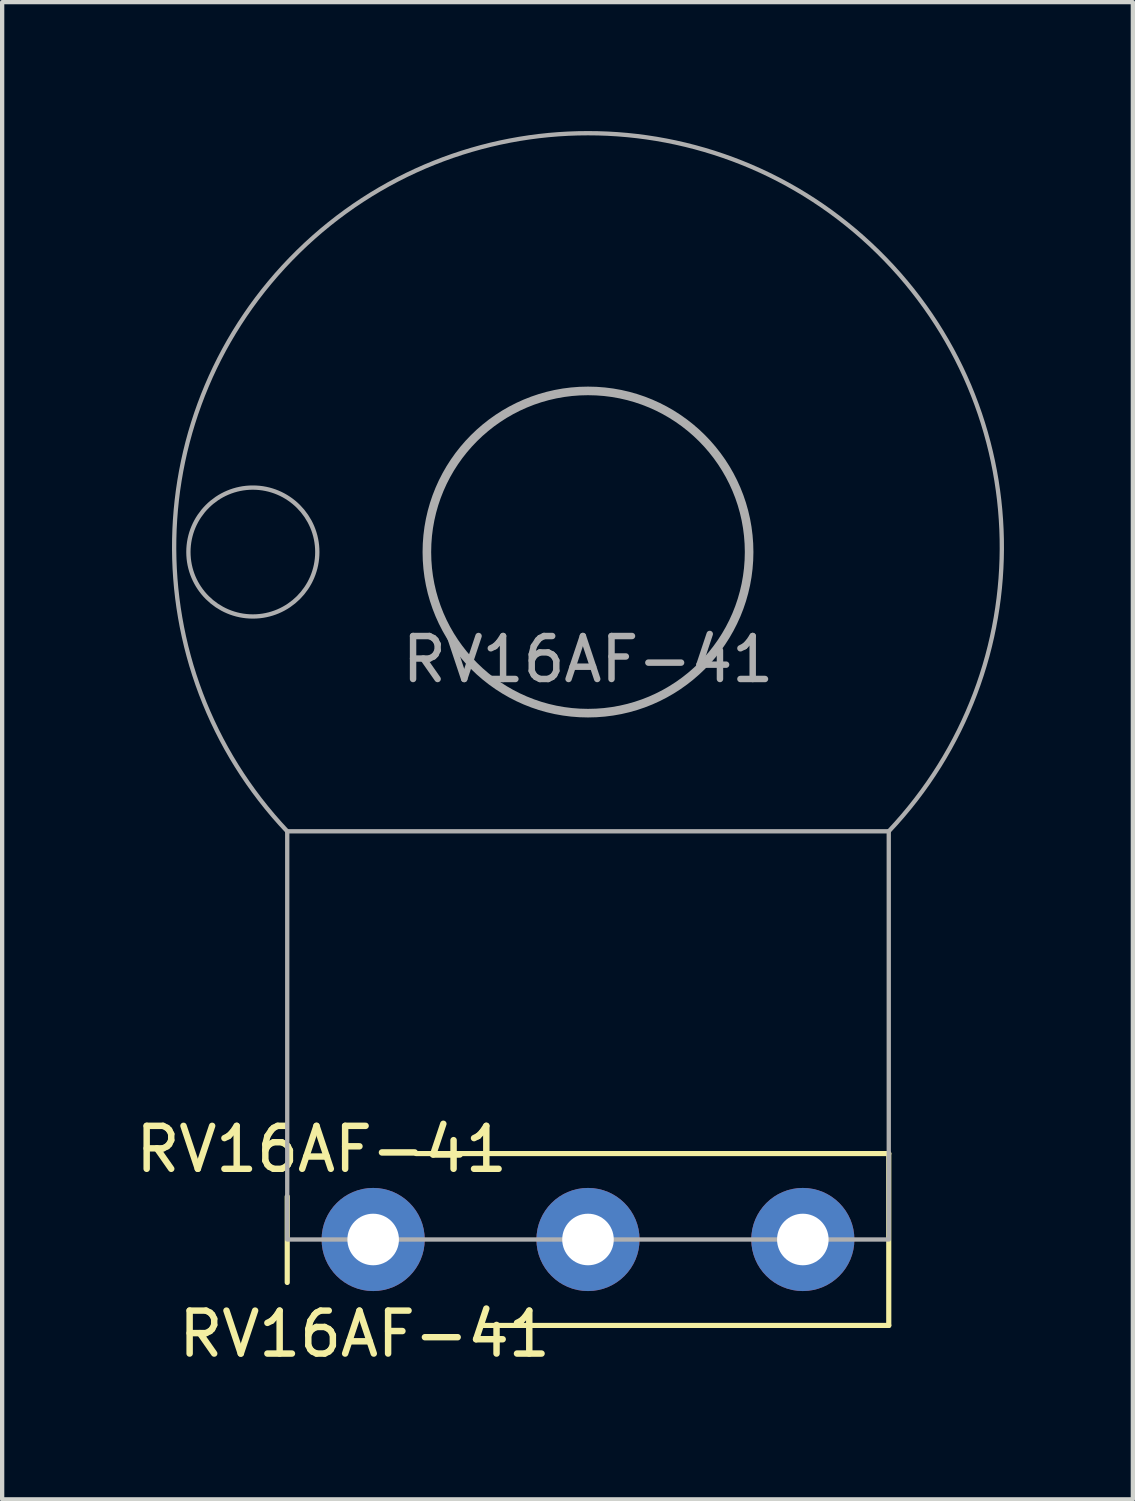
<source format=kicad_pcb>
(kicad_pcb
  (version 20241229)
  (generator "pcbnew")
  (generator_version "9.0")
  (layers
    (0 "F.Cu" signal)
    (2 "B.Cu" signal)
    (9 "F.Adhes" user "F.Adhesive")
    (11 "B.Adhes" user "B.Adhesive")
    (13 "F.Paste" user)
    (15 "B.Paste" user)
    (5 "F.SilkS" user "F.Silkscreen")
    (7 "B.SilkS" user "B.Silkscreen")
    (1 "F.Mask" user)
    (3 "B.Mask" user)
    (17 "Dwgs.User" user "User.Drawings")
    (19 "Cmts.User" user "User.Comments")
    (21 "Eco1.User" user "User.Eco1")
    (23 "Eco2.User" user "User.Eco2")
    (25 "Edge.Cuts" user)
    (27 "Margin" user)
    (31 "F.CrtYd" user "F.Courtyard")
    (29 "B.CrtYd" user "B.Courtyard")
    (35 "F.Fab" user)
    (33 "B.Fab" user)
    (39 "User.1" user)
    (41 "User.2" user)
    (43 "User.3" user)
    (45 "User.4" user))
  (footprint "RV16AF-41"
    (layer "F.Cu")
    (at 10.635 9.798)
    (property "Reference" "RV16AF-41" (at -6.2 13.9 0) (unlocked yes) (layer "F.SilkS") (effects (font (size 1 1) (thickness 0.15))))
    (property "Value" "RV16AF-41" (at 0 1 0) (unlocked yes) (layer "F.Fab") (hide yes) (effects (font (size 1 1) (thickness 0.15))))
    (attr smd)
    (fp_line (start -7 15) (end -7 17) (stroke (width 0.12) (type solid)) (layer "F.SilkS"))
    (fp_line (start -2.5 18) (end 7 18) (stroke (width 0.12) (type solid)) (layer "F.SilkS"))
    (fp_line (start 7 14) (end -4 14) (stroke (width 0.12) (type solid)) (layer "F.SilkS"))
    (fp_line (start 7 18) (end 7 14) (stroke (width 0.12) (type solid)) (layer "F.SilkS"))
    (fp_rect (start -7 16) (end 7 6.5) (stroke (width 0.1) (type solid)) (fill no) (layer "F.Fab"))
    (fp_arc (start -7 6.5) (mid 0 -9.74771) (end 7 6.5) (stroke (width 0.1) (type solid)) (layer "F.Fab"))
    (fp_circle (center -7.8 0) (end -6.3 0) (stroke (width 0.1) (type solid)) (fill no) (layer "F.Fab"))
    (fp_circle (center 0 0) (end 3.75 0) (stroke (width 0.2) (type solid)) (fill no) (layer "F.Fab"))
    (fp_text user "${VALUE}" (at -5.2 18.2 0) (unlocked yes) (layer "F.SilkS") (effects (font (size 1 1) (thickness 0.15))))
    (fp_text user "${REFERENCE}" (at 0 2.5 0) (unlocked yes) (layer "F.Fab") (effects (font (size 1 1) (thickness 0.15))))
    (pad "1" thru_hole circle (at -5 16) (size 2.4 2.4) (drill 1.2) (layers "*.Cu" "*.Mask"))
    (pad "2" thru_hole circle (at 0 16) (size 2.4 2.4) (drill 1.2) (layers "*.Cu" "*.Mask"))
    (pad "3" thru_hole circle (at 5 16) (size 2.4 2.4) (drill 1.2) (layers "*.Cu" "*.Mask")))
  (gr_rect
    (start -3 -3)
    (end 23.316 31.846)
    (stroke (width 0.1) (type default))
    (fill no)
    (layer "Edge.Cuts")))
</source>
